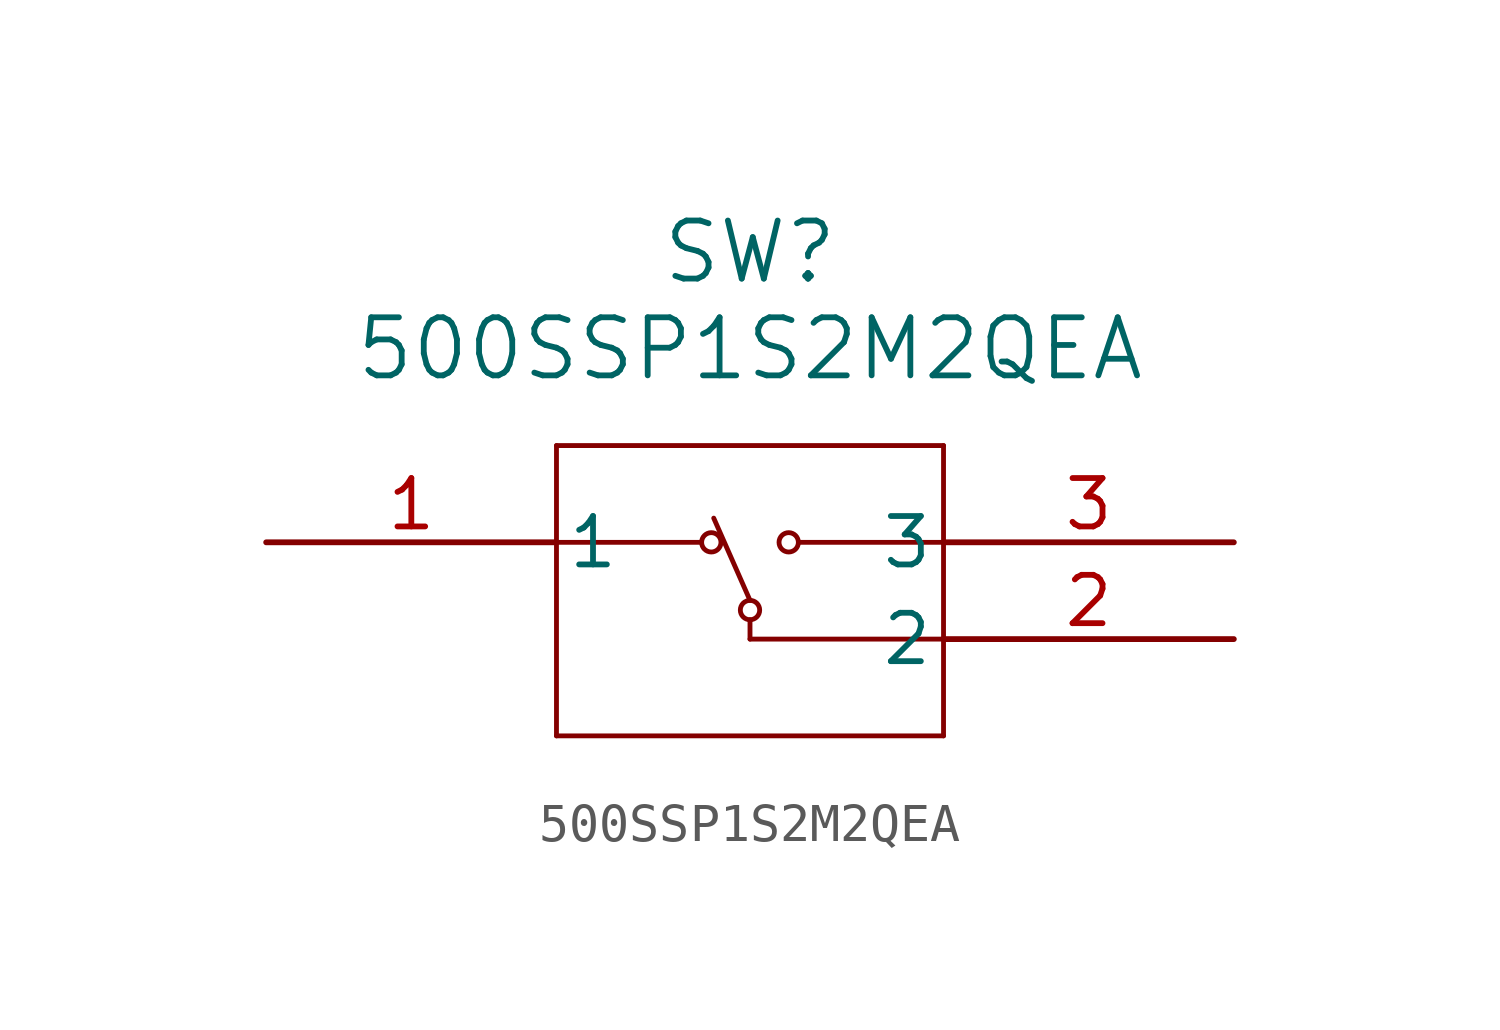
<source format=kicad_sym>
(kicad_symbol_lib
  (version 20211014)
  (generator kicad_symbol_editor)
  (symbol "500SSP1S2M2QEA"
    (pin_names
      (offset 0.254))
    (property "Reference" "SW"
      (at 12.7 7.62 0)
      (effects (font (size 1.524 1.524))))
    (property "Value" "500SSP1S2M2QEA"
      (at 12.7 5.08 0)
      (effects (font (size 1.524 1.524))))
    (symbol "500SSP1S2M2QEA_0_1"
      (polyline (pts (xy 7.62 2.54) (xy 7.62 -5.08)) (stroke (width 0.127) (type default) (color 0 0 0 0)) (fill (type none)))
      (polyline (pts (xy 7.62 -5.08) (xy 17.78 -5.08)) (stroke (width 0.127) (type default) (color 0 0 0 0)) (fill (type none)))
      (polyline (pts (xy 17.78 -5.08) (xy 17.78 2.54)) (stroke (width 0.127) (type default) (color 0 0 0 0)) (fill (type none)))
      (polyline (pts (xy 17.78 2.54) (xy 7.62 2.54)) (stroke (width 0.127) (type default) (color 0 0 0 0)) (fill (type none)))
      (polyline (pts (xy 7.62 0) (xy 11.43 0)) (stroke (width 0.127) (type default) (color 0 0 0 0)) (fill (type none)))
      (polyline (pts (xy 17.78 0) (xy 13.97 0)) (stroke (width 0.127) (type default) (color 0 0 0 0)) (fill (type none)))
      (polyline (pts (xy 17.78 -2.54) (xy 12.7 -2.54)) (stroke (width 0.127) (type default) (color 0 0 0 0)) (fill (type none)))
      (polyline (pts (xy 12.7 -2.032) (xy 12.7 -2.54)) (stroke (width 0.127) (type default) (color 0 0 0 0)) (fill (type none)))
      (circle (center 12.7 -1.778) (radius 0.254) (stroke (width 0.127) (type default) (color 0 0 0 0)) (fill (type none)))
      (polyline (pts (xy 12.7 -1.524) (xy 11.748 0.635)) (stroke (width 0.127) (type default) (color 0 0 0 0)) (fill (type none)))
      (circle (center 11.684 0) (radius 0.254) (stroke (width 0.127) (type default) (color 0 0 0 0)) (fill (type none)))
      (circle (center 13.716 0) (radius 0.254) (stroke (width 0.127) (type default) (color 0 0 0 0)) (fill (type none)))
      (pin unspecified line (at 0 0 0) (length 7.62) (name "1" (effects (font (size 1.27 1.27)))) (number "1" (effects (font (size 1.27 1.27)))))
      (pin unspecified line (at 25.4 -2.54 180) (length 7.62) (name "2" (effects (font (size 1.27 1.27)))) (number "2" (effects (font (size 1.27 1.27)))))
      (pin unspecified line (at 25.4 0 180) (length 7.62) (name "3" (effects (font (size 1.27 1.27)))) (number "3" (effects (font (size 1.27 1.27))))))))
</source>
